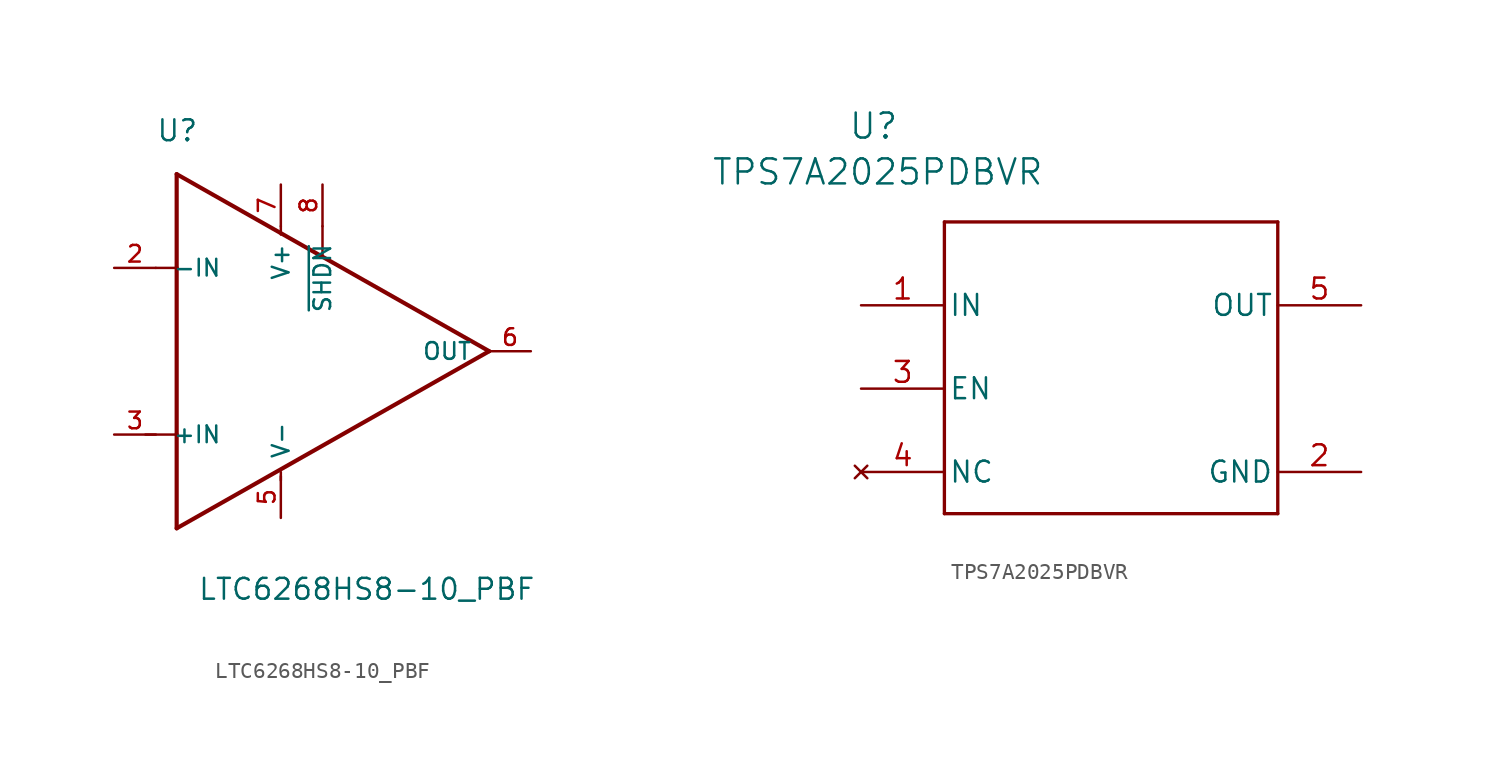
<source format=kicad_sym>
(kicad_symbol_lib
  (version 20231120)
  (generator "kicad_symbol_editor")
  (generator_version "8.0")
  (symbol "LTC6268HS8-10_PBF"
    (pin_names
      (offset 1.016))
    (property "Reference" "U"
      (at -7.622 12.703 0)
      (effects (font (size 1.27 1.27)) (justify left bottom)))
    (property "Value" "LTC6268HS8-10_PBF"
      (at -5.083 -15.248 0)
      (effects (font (size 1.27 1.27)) (justify left bottom)))
    (symbol "LTC6268HS8-10_PBF_0_0"
      (polyline (pts (xy -7.62 5.08) (xy -6.35 5.08)) (stroke (width 0.152) (type default)) (fill (type none)))
      (polyline (pts (xy -6.35 -10.795) (xy 12.7 0)) (stroke (width 0.254) (type default)) (fill (type none)))
      (polyline (pts (xy -6.35 -5.08) (xy -8.255 -5.08)) (stroke (width 0.152) (type default)) (fill (type none)))
      (polyline (pts (xy -6.35 -5.08) (xy -6.35 -10.795)) (stroke (width 0.254) (type default)) (fill (type none)))
      (polyline (pts (xy -6.35 5.08) (xy -6.35 -5.08)) (stroke (width 0.254) (type default)) (fill (type none)))
      (polyline (pts (xy -6.35 10.795) (xy -6.35 5.08)) (stroke (width 0.254) (type default)) (fill (type none)))
      (polyline (pts (xy 0 -7.366) (xy 0 -7.874)) (stroke (width 0.152) (type default)) (fill (type none)))
      (polyline (pts (xy 0 7.62) (xy 0 7.112)) (stroke (width 0.152) (type default)) (fill (type none)))
      (polyline (pts (xy 2.54 7.62) (xy 2.54 5.842)) (stroke (width 0.152) (type default)) (fill (type none)))
      (polyline (pts (xy 12.7 0) (xy -6.35 10.795)) (stroke (width 0.254) (type default)) (fill (type none)))
      (pin input line (at -10.16 5.08 0) (length 2.54) (name "-IN" (effects (font (size 1.016 1.016)))) (number "2" (effects (font (size 1.016 1.016)))))
      (pin input line (at -10.16 -5.08 0) (length 2.54) (name "+IN" (effects (font (size 1.016 1.016)))) (number "3" (effects (font (size 1.016 1.016)))))
      (pin power_in line (at 0 -10.16 90) (length 2.54) (name "V-" (effects (font (size 1.016 1.016)))) (number "5" (effects (font (size 1.016 1.016)))))
      (pin output line (at 15.24 0 180) (length 2.54) (name "OUT" (effects (font (size 1.016 1.016)))) (number "6" (effects (font (size 1.016 1.016)))))
      (pin power_in line (at 0 10.16 270) (length 2.54) (name "V+" (effects (font (size 1.016 1.016)))) (number "7" (effects (font (size 1.016 1.016)))))
      (pin bidirectional line (at 2.54 10.16 270) (length 2.54) (name "~{SHDN}" (effects (font (size 1.016 1.016)))) (number "8" (effects (font (size 1.016 1.016)))))))
  (symbol "TPS7A2025PDBVR"
    (pin_names
      (offset 0.254))
    (property "Reference" "U"
      (at 0.762 10.922 0)
      (effects (font (size 1.524 1.524))))
    (property "Value" "TPS7A2025PDBVR"
      (at 1.016 8.128 0)
      (effects (font (size 1.524 1.524))))
    (symbol "TPS7A2025PDBVR_0_1"
      (polyline (pts (xy 5.08 -12.7) (xy 25.4 -12.7)) (stroke (width 0.203) (type default)) (fill (type none)))
      (polyline (pts (xy 5.08 5.08) (xy 5.08 -12.7)) (stroke (width 0.203) (type default)) (fill (type none)))
      (polyline (pts (xy 25.4 -12.7) (xy 25.4 5.08)) (stroke (width 0.203) (type default)) (fill (type none)))
      (polyline (pts (xy 25.4 5.08) (xy 5.08 5.08)) (stroke (width 0.203) (type default)) (fill (type none)))
      (pin power_in line (at 0 0 0) (length 5.08) (name "IN" (effects (font (size 1.27 1.27)))) (number "1" (effects (font (size 1.27 1.27)))))
      (pin power_in line (at 30.48 -10.16 180) (length 5.08) (name "GND" (effects (font (size 1.27 1.27)))) (number "2" (effects (font (size 1.27 1.27)))))
      (pin input line (at 0 -5.08 0) (length 5.08) (name "EN" (effects (font (size 1.27 1.27)))) (number "3" (effects (font (size 1.27 1.27))))))
    (symbol "TPS7A2025PDBVR_1_1"
      (pin no_connect line (at 0 -10.16 0) (length 5.08) (name "NC" (effects (font (size 1.27 1.27)))) (number "4" (effects (font (size 1.27 1.27)))))
      (pin power_out line (at 30.48 0 180) (length 5.08) (name "OUT" (effects (font (size 1.27 1.27)))) (number "5" (effects (font (size 1.27 1.27))))))))
</source>
